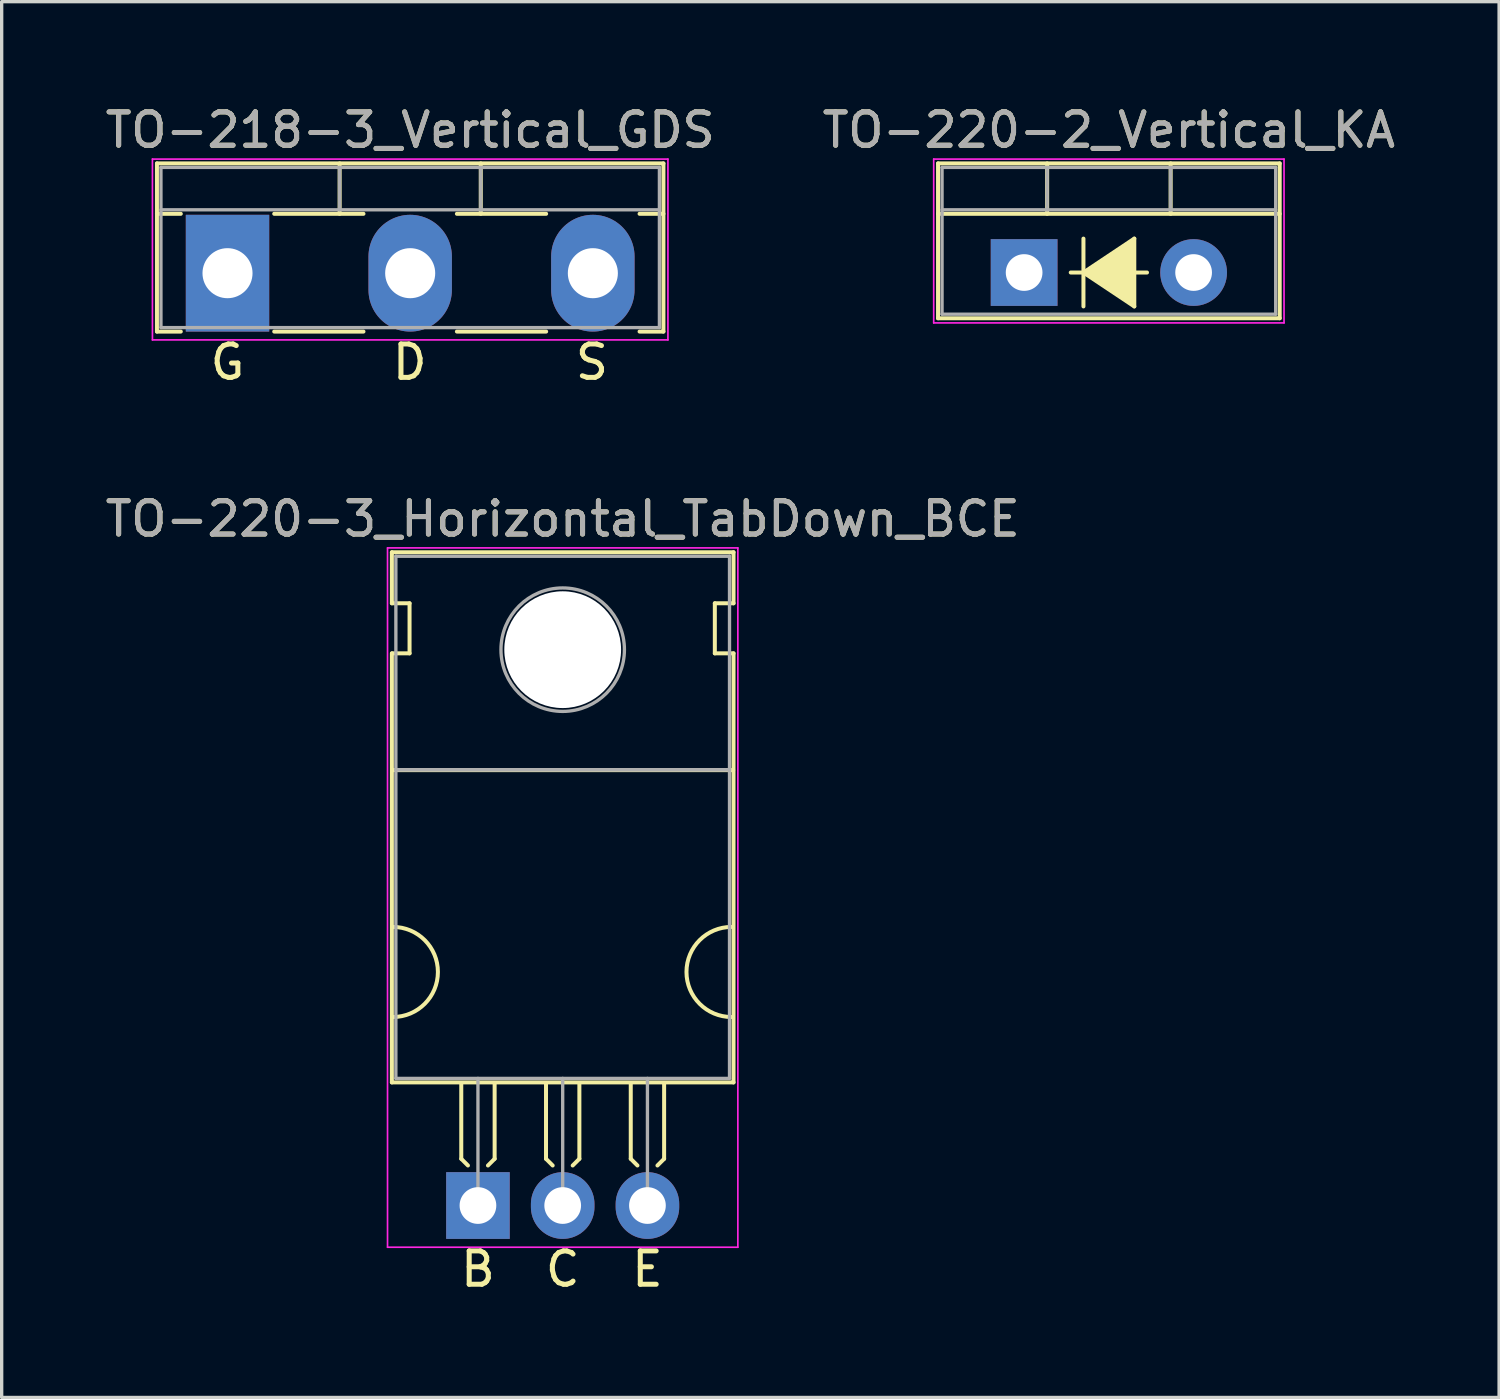
<source format=kicad_pcb>
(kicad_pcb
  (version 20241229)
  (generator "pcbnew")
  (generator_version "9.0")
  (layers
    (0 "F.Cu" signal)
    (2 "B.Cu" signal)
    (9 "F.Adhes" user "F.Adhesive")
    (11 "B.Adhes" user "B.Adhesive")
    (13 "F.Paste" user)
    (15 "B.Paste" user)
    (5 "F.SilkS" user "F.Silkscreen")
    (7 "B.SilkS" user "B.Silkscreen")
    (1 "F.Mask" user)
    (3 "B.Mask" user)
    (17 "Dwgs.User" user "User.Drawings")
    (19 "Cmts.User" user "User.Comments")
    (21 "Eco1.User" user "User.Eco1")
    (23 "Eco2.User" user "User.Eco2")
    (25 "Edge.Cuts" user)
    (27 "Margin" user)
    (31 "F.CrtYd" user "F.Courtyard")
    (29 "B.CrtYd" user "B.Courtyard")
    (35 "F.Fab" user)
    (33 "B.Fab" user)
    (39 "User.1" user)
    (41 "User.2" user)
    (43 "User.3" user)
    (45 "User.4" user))
  (footprint "TO-218-3_Vertical_GDS"
    (layer "F.Cu")
    (at 3.769 5.138)
    (property "Reference" "TO-218-3_Vertical_GDS" (at 5.475 -4.29 0) (layer "F.SilkS") (effects (font (size 1 1) (thickness 0.15))))
    (fp_line (start -2.115 -3.29) (end -2.115 1.75) (stroke (width 0.12) (type solid)) (layer "F.SilkS"))
    (fp_line (start -2.115 -3.29) (end 13.065 -3.29) (stroke (width 0.12) (type solid)) (layer "F.SilkS"))
    (fp_line (start -2.115 -1.78) (end -1.4 -1.78) (stroke (width 0.12) (type solid)) (layer "F.SilkS"))
    (fp_line (start -2.115 1.75) (end -1.4 1.75) (stroke (width 0.12) (type solid)) (layer "F.SilkS"))
    (fp_line (start 1.4 -1.78) (end 4.075 -1.78) (stroke (width 0.12) (type solid)) (layer "F.SilkS"))
    (fp_line (start 1.4 1.75) (end 4.075 1.75) (stroke (width 0.12) (type solid)) (layer "F.SilkS"))
    (fp_line (start 3.36 -3.29) (end 3.36 -1.78) (stroke (width 0.12) (type solid)) (layer "F.SilkS"))
    (fp_line (start 6.875 -1.78) (end 9.55 -1.78) (stroke (width 0.12) (type solid)) (layer "F.SilkS"))
    (fp_line (start 6.875 1.75) (end 9.55 1.75) (stroke (width 0.12) (type solid)) (layer "F.SilkS"))
    (fp_line (start 7.59 -3.29) (end 7.59 -1.78) (stroke (width 0.12) (type solid)) (layer "F.SilkS"))
    (fp_line (start 12.35 -1.78) (end 13.065 -1.78) (stroke (width 0.12) (type solid)) (layer "F.SilkS"))
    (fp_line (start 12.35 1.75) (end 13.065 1.75) (stroke (width 0.12) (type solid)) (layer "F.SilkS"))
    (fp_line (start 13.065 -3.29) (end 13.065 1.75) (stroke (width 0.12) (type solid)) (layer "F.SilkS"))
    (fp_line (start -2.25 -3.42) (end -2.25 2) (stroke (width 0.05) (type solid)) (layer "F.CrtYd"))
    (fp_line (start -2.25 2) (end 13.2 2) (stroke (width 0.05) (type solid)) (layer "F.CrtYd"))
    (fp_line (start 13.2 -3.42) (end -2.25 -3.42) (stroke (width 0.05) (type solid)) (layer "F.CrtYd"))
    (fp_line (start 13.2 2) (end 13.2 -3.42) (stroke (width 0.05) (type solid)) (layer "F.CrtYd"))
    (fp_line (start -1.995 -3.17) (end -1.995 1.63) (stroke (width 0.1) (type solid)) (layer "F.Fab"))
    (fp_line (start -1.995 -1.9) (end 12.945 -1.9) (stroke (width 0.1) (type solid)) (layer "F.Fab"))
    (fp_line (start -1.995 1.63) (end 12.945 1.63) (stroke (width 0.1) (type solid)) (layer "F.Fab"))
    (fp_line (start 3.36 -3.17) (end 3.36 -1.9) (stroke (width 0.1) (type solid)) (layer "F.Fab"))
    (fp_line (start 7.59 -3.17) (end 7.59 -1.9) (stroke (width 0.1) (type solid)) (layer "F.Fab"))
    (fp_line (start 12.945 -3.17) (end -1.995 -3.17) (stroke (width 0.1) (type solid)) (layer "F.Fab"))
    (fp_line (start 12.945 1.63) (end 12.945 -3.17) (stroke (width 0.1) (type solid)) (layer "F.Fab"))
    (fp_text user "G" (at 0 2.667 0) (unlocked yes) (layer "F.SilkS") (effects (font (size 1 1) (thickness 0.15))))
    (fp_text user "S" (at 10.922 2.667 0) (unlocked yes) (layer "F.SilkS") (effects (font (size 1 1) (thickness 0.15))))
    (fp_text user "D" (at 5.461 2.667 0) (unlocked yes) (layer "F.SilkS") (effects (font (size 1 1) (thickness 0.15))))
    (fp_text user "${REFERENCE}" (at 5.475 -4.29 0) (layer "F.Fab") (effects (font (size 1 1) (thickness 0.15))))
    (pad "1" thru_hole rect (at 0 0) (size 2.5 3.5) (drill 1.5) (layers "*.Cu" "*.Mask"))
    (pad "2" thru_hole oval (at 5.475 0) (size 2.5 3.5) (drill 1.5) (layers "*.Cu" "*.Mask"))
    (pad "3" thru_hole oval (at 10.95 0) (size 2.5 3.5) (drill 1.5) (layers "*.Cu" "*.Mask")))
  (footprint "TO-220-2_Vertical_KA"
    (layer "F.Cu")
    (at 27.645 5.118)
    (property "Reference" "TO-220-2_Vertical_KA" (at 2.54 -4.27 0) (layer "F.SilkS") (effects (font (size 1 1) (thickness 0.15))))
    (attr through_hole)
    (fp_line (start -2.58 -3.27) (end -2.58 1.371) (stroke (width 0.12) (type solid)) (layer "F.SilkS"))
    (fp_line (start -2.58 -3.27) (end 7.66 -3.27) (stroke (width 0.12) (type solid)) (layer "F.SilkS"))
    (fp_line (start -2.58 -1.76) (end 7.66 -1.76) (stroke (width 0.12) (type solid)) (layer "F.SilkS"))
    (fp_line (start -2.58 1.371) (end 7.66 1.371) (stroke (width 0.12) (type solid)) (layer "F.SilkS"))
    (fp_line (start 0.69 -3.27) (end 0.69 -1.76) (stroke (width 0.12) (type solid)) (layer "F.SilkS"))
    (fp_line (start 1.397 0) (end 1.778 0) (stroke (width 0.12) (type solid)) (layer "F.SilkS"))
    (fp_line (start 1.778 0) (end 1.778 -1.016) (stroke (width 0.12) (type solid)) (layer "F.SilkS"))
    (fp_line (start 1.778 0) (end 1.778 1.016) (stroke (width 0.12) (type solid)) (layer "F.SilkS"))
    (fp_line (start 1.778 0) (end 3.302 1.016) (stroke (width 0.12) (type solid)) (layer "F.SilkS"))
    (fp_line (start 3.302 -1.016) (end 1.778 0) (stroke (width 0.12) (type solid)) (layer "F.SilkS"))
    (fp_line (start 3.302 0) (end 3.683 0) (stroke (width 0.12) (type solid)) (layer "F.SilkS"))
    (fp_line (start 3.302 1.016) (end 3.302 -1.016) (stroke (width 0.12) (type solid)) (layer "F.SilkS"))
    (fp_line (start 4.391 -3.27) (end 4.391 -1.76) (stroke (width 0.12) (type solid)) (layer "F.SilkS"))
    (fp_line (start 7.66 -3.27) (end 7.66 1.371) (stroke (width 0.12) (type solid)) (layer "F.SilkS"))
    (fp_poly (pts (xy 3.3 1) (xy 1.8 0) (xy 3.3 -1)) (stroke (width 0.1) (type solid)) (fill yes) (layer "F.SilkS"))
    (fp_line (start -2.71 -3.4) (end -2.71 1.51) (stroke (width 0.05) (type solid)) (layer "F.CrtYd"))
    (fp_line (start -2.71 1.51) (end 7.79 1.51) (stroke (width 0.05) (type solid)) (layer "F.CrtYd"))
    (fp_line (start 7.79 -3.4) (end -2.71 -3.4) (stroke (width 0.05) (type solid)) (layer "F.CrtYd"))
    (fp_line (start 7.79 1.51) (end 7.79 -3.4) (stroke (width 0.05) (type solid)) (layer "F.CrtYd"))
    (fp_line (start -2.46 -3.15) (end -2.46 1.25) (stroke (width 0.1) (type solid)) (layer "F.Fab"))
    (fp_line (start -2.46 -1.88) (end 7.54 -1.88) (stroke (width 0.1) (type solid)) (layer "F.Fab"))
    (fp_line (start -2.46 1.25) (end 7.54 1.25) (stroke (width 0.1) (type solid)) (layer "F.Fab"))
    (fp_line (start 0.69 -3.15) (end 0.69 -1.88) (stroke (width 0.1) (type solid)) (layer "F.Fab"))
    (fp_line (start 4.39 -3.15) (end 4.39 -1.88) (stroke (width 0.1) (type solid)) (layer "F.Fab"))
    (fp_line (start 7.54 -3.15) (end -2.46 -3.15) (stroke (width 0.1) (type solid)) (layer "F.Fab"))
    (fp_line (start 7.54 1.25) (end 7.54 -3.15) (stroke (width 0.1) (type solid)) (layer "F.Fab"))
    (fp_text user "${REFERENCE}" (at 2.54 -4.27 0) (layer "F.Fab") (effects (font (size 1 1) (thickness 0.15))))
    (pad "1" thru_hole rect (at 0 0) (size 2 2) (drill 1.1) (layers "*.Cu" "*.Mask"))
    (pad "2" thru_hole oval (at 5.08 0) (size 2 2) (drill 1.1) (layers "*.Cu" "*.Mask")))
  (footprint "TO-220-3_Horizontal_TabDown_BCE"
    (layer "F.Cu")
    (at 11.275 33.082)
    (property "Reference" "TO-220-3_Horizontal_TabDown_BCE" (at 2.54 -20.58 0) (layer "F.SilkS") (effects (font (size 1 1) (thickness 0.15))))
    (attr through_hole)
    (fp_line (start -2.58 -19.58) (end -2.58 -18.05) (stroke (width 0.12) (type solid)) (layer "F.SilkS"))
    (fp_line (start -2.58 -19.58) (end 7.66 -19.58) (stroke (width 0.12) (type solid)) (layer "F.SilkS"))
    (fp_line (start -2.58 -18.05) (end -2.05 -18.05) (stroke (width 0.12) (type solid)) (layer "F.SilkS"))
    (fp_line (start -2.58 -16.55) (end -2.58 -3.69) (stroke (width 0.12) (type solid)) (layer "F.SilkS"))
    (fp_line (start -2.58 -3.69) (end 7.66 -3.69) (stroke (width 0.12) (type solid)) (layer "F.SilkS"))
    (fp_line (start -2.575 -13.05) (end 7.65 -13.05) (stroke (width 0.12) (type solid)) (layer "F.SilkS"))
    (fp_line (start -2.05 -18.05) (end -2.05 -16.55) (stroke (width 0.12) (type solid)) (layer "F.SilkS"))
    (fp_line (start -2.05 -16.55) (end -2.575 -16.55) (stroke (width 0.12) (type solid)) (layer "F.SilkS"))
    (fp_line (start -0.5 -3.65) (end -0.5 -1.4) (stroke (width 0.12) (type solid)) (layer "F.SilkS"))
    (fp_line (start -0.5 -1.4) (end -0.3 -1.2) (stroke (width 0.12) (type solid)) (layer "F.SilkS"))
    (fp_line (start 0.5 -3.65) (end 0.5 -1.4) (stroke (width 0.12) (type solid)) (layer "F.SilkS"))
    (fp_line (start 0.5 -1.4) (end 0.3 -1.2) (stroke (width 0.12) (type solid)) (layer "F.SilkS"))
    (fp_line (start 2.04 -3.65) (end 2.04 -1.4) (stroke (width 0.12) (type solid)) (layer "F.SilkS"))
    (fp_line (start 2.04 -1.4) (end 2.24 -1.2) (stroke (width 0.12) (type solid)) (layer "F.SilkS"))
    (fp_line (start 3.04 -3.65) (end 3.04 -1.4) (stroke (width 0.12) (type solid)) (layer "F.SilkS"))
    (fp_line (start 3.04 -1.4) (end 2.84 -1.2) (stroke (width 0.12) (type solid)) (layer "F.SilkS"))
    (fp_line (start 4.58 -3.65) (end 4.58 -1.4) (stroke (width 0.12) (type solid)) (layer "F.SilkS"))
    (fp_line (start 4.58 -1.4) (end 4.78 -1.2) (stroke (width 0.12) (type solid)) (layer "F.SilkS"))
    (fp_line (start 5.58 -3.65) (end 5.58 -1.4) (stroke (width 0.12) (type solid)) (layer "F.SilkS"))
    (fp_line (start 5.58 -1.4) (end 5.38 -1.2) (stroke (width 0.12) (type solid)) (layer "F.SilkS"))
    (fp_line (start 7.1 -18.05) (end 7.66 -18.05) (stroke (width 0.12) (type solid)) (layer "F.SilkS"))
    (fp_line (start 7.1 -16.55) (end 7.1 -18.05) (stroke (width 0.12) (type solid)) (layer "F.SilkS"))
    (fp_line (start 7.66 -19.58) (end 7.66 -18.05) (stroke (width 0.12) (type solid)) (layer "F.SilkS"))
    (fp_line (start 7.66 -16.55) (end 7.1 -16.55) (stroke (width 0.12) (type solid)) (layer "F.SilkS"))
    (fp_line (start 7.66 -16.55) (end 7.66 -3.69) (stroke (width 0.12) (type solid)) (layer "F.SilkS"))
    (fp_arc (start -2.55 -8.35) (mid -1.2 -7) (end -2.55 -5.65) (stroke (width 0.12) (type solid)) (layer "F.SilkS"))
    (fp_arc (start 7.6 -5.65) (mid 6.25 -7) (end 7.6 -8.35) (stroke (width 0.12) (type solid)) (layer "F.SilkS"))
    (fp_line (start -2.71 -19.71) (end -2.71 1.25) (stroke (width 0.05) (type solid)) (layer "F.CrtYd"))
    (fp_line (start -2.71 1.25) (end 7.79 1.25) (stroke (width 0.05) (type solid)) (layer "F.CrtYd"))
    (fp_line (start 7.79 -19.71) (end -2.71 -19.71) (stroke (width 0.05) (type solid)) (layer "F.CrtYd"))
    (fp_line (start 7.79 1.25) (end 7.79 -19.71) (stroke (width 0.05) (type solid)) (layer "F.CrtYd"))
    (fp_line (start -2.46 -19.46) (end 7.54 -19.46) (stroke (width 0.1) (type solid)) (layer "F.Fab"))
    (fp_line (start -2.46 -13.06) (end -2.46 -19.46) (stroke (width 0.1) (type solid)) (layer "F.Fab"))
    (fp_line (start -2.46 -13.06) (end 7.54 -13.06) (stroke (width 0.1) (type solid)) (layer "F.Fab"))
    (fp_line (start -2.46 -3.81) (end -2.46 -13.06) (stroke (width 0.1) (type solid)) (layer "F.Fab"))
    (fp_line (start 0 -3.81) (end 0 0) (stroke (width 0.1) (type solid)) (layer "F.Fab"))
    (fp_line (start 2.54 -3.81) (end 2.54 0) (stroke (width 0.1) (type solid)) (layer "F.Fab"))
    (fp_line (start 5.08 -3.81) (end 5.08 0) (stroke (width 0.1) (type solid)) (layer "F.Fab"))
    (fp_line (start 7.54 -19.46) (end 7.54 -13.06) (stroke (width 0.1) (type solid)) (layer "F.Fab"))
    (fp_line (start 7.54 -13.06) (end -2.46 -13.06) (stroke (width 0.1) (type solid)) (layer "F.Fab"))
    (fp_line (start 7.54 -13.06) (end 7.54 -3.81) (stroke (width 0.1) (type solid)) (layer "F.Fab"))
    (fp_line (start 7.54 -3.81) (end -2.46 -3.81) (stroke (width 0.1) (type solid)) (layer "F.Fab"))
    (fp_circle (center 2.54 -16.66) (end 4.39 -16.66) (stroke (width 0.1) (type solid)) (fill no) (layer "F.Fab"))
    (fp_text user "E" (at 5.08 1.905 0) (layer "F.SilkS") (effects (font (size 1 1) (thickness 0.15))))
    (fp_text user "C" (at 2.54 1.905 0) (layer "F.SilkS") (effects (font (size 1 1) (thickness 0.15))))
    (fp_text user "B" (at 0 1.905 0) (layer "F.SilkS") (effects (font (size 1 1) (thickness 0.15))))
    (fp_text user "${REFERENCE}" (at 2.54 -20.58 0) (layer "F.Fab") (effects (font (size 1 1) (thickness 0.15))))
    (pad "" np_thru_hole oval (at 2.54 -16.66) (size 3.5 3.5) (drill 3.5) (layers "*.Cu" "*.Mask"))
    (pad "1" thru_hole rect (at 0 0) (size 1.905 2) (drill 1.1) (layers "*.Cu" "*.Mask"))
    (pad "2" thru_hole oval (at 2.54 0) (size 1.905 2) (drill 1.1) (layers "*.Cu" "*.Mask"))
    (pad "3" thru_hole oval (at 5.08 0) (size 1.905 2) (drill 1.1) (layers "*.Cu" "*.Mask")))
  (gr_rect
    (start -3 -3)
    (end 41.881 38.835)
    (stroke (width 0.1) (type default))
    (fill no)
    (layer "Edge.Cuts")))
</source>
